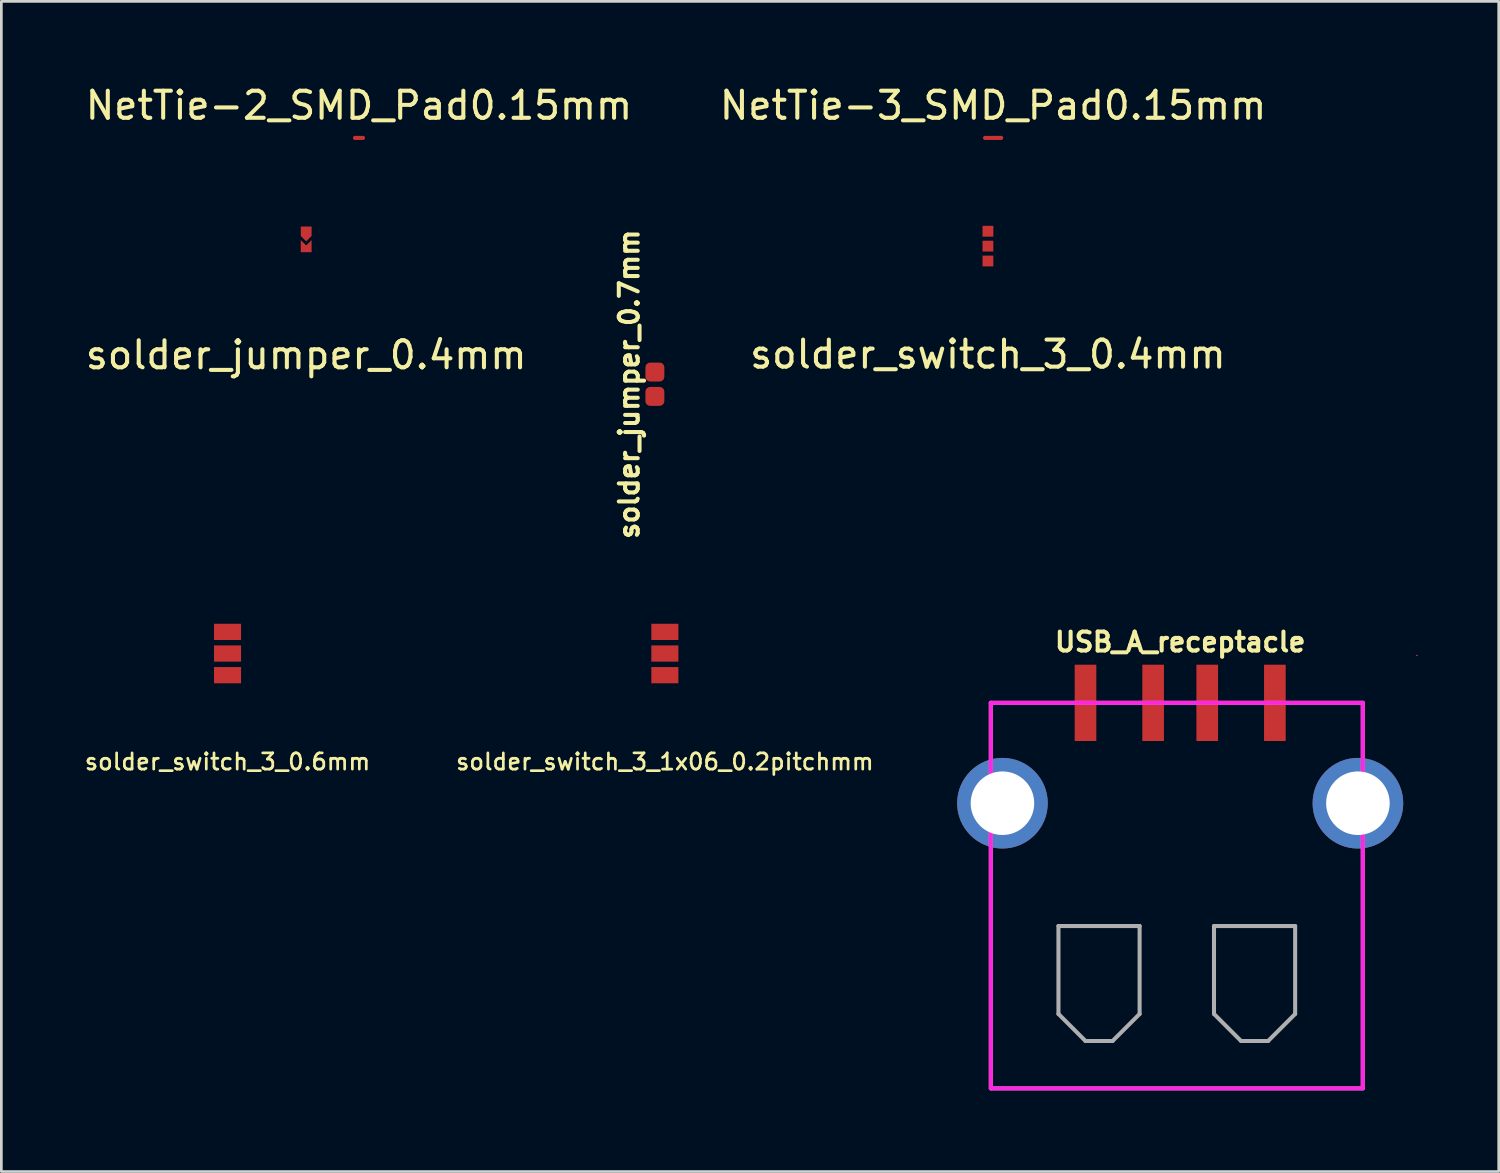
<source format=kicad_pcb>
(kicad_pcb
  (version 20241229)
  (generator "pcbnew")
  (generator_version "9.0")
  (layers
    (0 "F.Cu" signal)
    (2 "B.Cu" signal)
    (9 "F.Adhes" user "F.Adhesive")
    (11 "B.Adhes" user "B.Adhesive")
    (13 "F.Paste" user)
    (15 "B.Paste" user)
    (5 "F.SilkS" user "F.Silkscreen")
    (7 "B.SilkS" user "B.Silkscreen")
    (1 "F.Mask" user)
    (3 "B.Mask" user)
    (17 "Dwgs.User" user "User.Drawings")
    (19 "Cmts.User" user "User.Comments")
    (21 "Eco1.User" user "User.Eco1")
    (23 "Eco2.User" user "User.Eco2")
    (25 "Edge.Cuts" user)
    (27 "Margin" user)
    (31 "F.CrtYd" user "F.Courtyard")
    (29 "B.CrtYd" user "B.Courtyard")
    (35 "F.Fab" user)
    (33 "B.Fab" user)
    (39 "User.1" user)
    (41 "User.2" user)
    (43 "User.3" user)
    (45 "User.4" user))
  (footprint "USB_A_receptacle"
    (layer "F.Cu")
    (at 40.576 22.931)
    (property "Reference" "USB_A_receptacle" (at 0 -2.25 0) (layer "F.SilkS") (effects (font (size 0.7 0.7) (thickness 0.15))))
    (attr through_hole)
    (fp_line (start -7 0) (end -7 14.2) (stroke (width 0.15) (type solid)) (layer "F.CrtYd"))
    (fp_line (start -7 0) (end 6.75 0) (stroke (width 0.15) (type solid)) (layer "F.CrtYd"))
    (fp_line (start 6.75 0) (end 6.75 14.2) (stroke (width 0.15) (type solid)) (layer "F.CrtYd"))
    (fp_line (start 6.75 14.25) (end -7 14.25) (stroke (width 0.15) (type solid)) (layer "F.CrtYd"))
    (fp_line (start 8.75 -1.75) (end 8.75 -1.75) (stroke (width 0.05) (type solid)) (layer "F.CrtYd"))
    (fp_line (start -7 0) (end 6.75 0) (stroke (width 0.15) (type solid)) (layer "F.Fab"))
    (fp_line (start -7 14.25) (end -7 0) (stroke (width 0.15) (type solid)) (layer "F.Fab"))
    (fp_line (start -4.5 8.25) (end -4.5 11.5) (stroke (width 0.15) (type solid)) (layer "F.Fab"))
    (fp_line (start -4.5 11.5) (end -3.5 12.5) (stroke (width 0.15) (type solid)) (layer "F.Fab"))
    (fp_line (start -3.5 12.5) (end -2.5 12.5) (stroke (width 0.15) (type solid)) (layer "F.Fab"))
    (fp_line (start -2.5 12.5) (end -1.5 11.5) (stroke (width 0.15) (type solid)) (layer "F.Fab"))
    (fp_line (start -1.5 8.25) (end -4.5 8.25) (stroke (width 0.15) (type solid)) (layer "F.Fab"))
    (fp_line (start -1.5 11.5) (end -1.5 8.25) (stroke (width 0.15) (type solid)) (layer "F.Fab"))
    (fp_line (start 1.25 8.25) (end 1.25 11.5) (stroke (width 0.15) (type solid)) (layer "F.Fab"))
    (fp_line (start 1.25 11.5) (end 2.25 12.5) (stroke (width 0.15) (type solid)) (layer "F.Fab"))
    (fp_line (start 2.25 12.5) (end 3.25 12.5) (stroke (width 0.15) (type solid)) (layer "F.Fab"))
    (fp_line (start 3.25 12.5) (end 4.25 11.5) (stroke (width 0.15) (type solid)) (layer "F.Fab"))
    (fp_line (start 4.25 8.25) (end 1.25 8.25) (stroke (width 0.15) (type solid)) (layer "F.Fab"))
    (fp_line (start 4.25 11.5) (end 4.25 8.25) (stroke (width 0.15) (type solid)) (layer "F.Fab"))
    (fp_line (start 6.75 0) (end 6.75 14.25) (stroke (width 0.15) (type solid)) (layer "F.Fab"))
    (fp_line (start 6.75 14.25) (end -7 14.25) (stroke (width 0.15) (type solid)) (layer "F.Fab"))
    (pad "1" smd rect (at -3.5 0) (size 0.8 2.82) (layers "F.Cu" "F.Mask" "F.Paste"))
    (pad "2" smd rect (at -1 0) (size 0.8 2.82) (layers "F.Cu" "F.Mask" "F.Paste"))
    (pad "3" smd rect (at 1 0) (size 0.8 2.82) (layers "F.Cu" "F.Mask" "F.Paste"))
    (pad "4" smd rect (at 3.5 0) (size 0.8 2.82) (layers "F.Cu" "F.Mask" "F.Paste"))
    (pad "5" thru_hole circle (at -6.57 3.71) (size 3.35 3.35) (drill 2.35) (layers "*.Cu" "*.Mask"))
    (pad "5" thru_hole circle (at 6.57 3.71) (size 3.35 3.35) (drill 2.35) (layers "*.Cu" "*.Mask")))
  (footprint "solder_jumper_0.7mm"
    (layer "F.Cu")
    (at 21.158 11.153)
    (property "Reference" "solder_jumper_0.7mm" (at -0.95 0 90) (layer "F.SilkS") (effects (font (size 0.7 0.7) (thickness 0.15))))
    (attr exclude_from_pos_files exclude_from_bom)
    (pad "" smd rect (at 0 0) (size 0.8 1) (layers "F.Mask"))
    (pad "1" smd roundrect (at 0 -0.45) (size 0.7 0.7) (layers "F.Cu" "F.Mask" "F.Paste") (roundrect_rratio 0.25))
    (pad "2" smd roundrect (at 0 0.45) (size 0.7 0.7) (layers "F.Cu" "F.Mask" "F.Paste") (roundrect_rratio 0.25)))
  (footprint "solder_switch_3_0.4mm"
    (layer "F.Cu")
    (at 33.469 6.048)
    (property "Reference" "solder_switch_3_0.4mm" (at 0 4 0) (layer "F.SilkS") (effects (font (size 1 1) (thickness 0.15))))
    (attr through_hole)
    (pad "" smd rect (at 0 0) (size 0.4 1) (layers "F.Mask"))
    (pad "1" smd rect (at 0 -0.55) (size 0.4 0.4) (layers "F.Cu" "F.Mask" "F.Paste"))
    (pad "2" smd rect (at 0 0) (size 0.4 0.4) (layers "F.Cu" "F.Mask" "F.Paste"))
    (pad "3" smd rect (at 0 0.55) (size 0.4 0.4) (layers "F.Cu" "F.Mask" "F.Paste")))
  (footprint "NetTie-3_SMD_Pad0.15mm"
    (layer "F.Cu")
    (at 33.661 2.048)
    (property "Reference" "NetTie-3_SMD_Pad0.15mm" (at 0 -1.2 0) (layer "F.SilkS") (effects (font (size 1 1) (thickness 0.15))))
    (attr exclude_from_pos_files exclude_from_bom allow_missing_courtyard)
    (fp_poly (pts (xy -0.3 -0.075) (xy 0.3 -0.075) (xy 0.3 0.075) (xy -0.3 0.075)) (stroke (width 0) (type solid)) (fill yes) (layer "F.Cu"))
    (pad "1" smd circle (at -0.3 0) (size 0.15 0.15) (layers "F.Cu"))
    (pad "2" smd circle (at 0 0) (size 0.15 0.15) (layers "F.Cu"))
    (pad "3" smd circle (at 0.3 0) (size 0.15 0.15) (layers "F.Cu")))
  (footprint "NetTie-2_SMD_Pad0.15mm"
    (layer "F.Cu")
    (at 10.22 2.048)
    (property "Reference" "NetTie-2_SMD_Pad0.15mm" (at 0 -1.2 0) (layer "F.SilkS") (effects (font (size 1 1) (thickness 0.15))))
    (attr exclude_from_pos_files exclude_from_bom allow_missing_courtyard)
    (fp_poly (pts (xy -0.15 -0.075) (xy 0.15 -0.075) (xy 0.15 0.075) (xy -0.15 0.075)) (stroke (width 0) (type solid)) (fill yes) (layer "F.Cu"))
    (pad "1" smd circle (at -0.15 0) (size 0.15 0.15) (layers "F.Cu"))
    (pad "2" smd circle (at 0.15 0) (size 0.15 0.15) (layers "F.Cu")))
  (footprint "solder_switch_3_0.6mm"
    (layer "F.Cu")
    (at 5.361 21.108)
    (property "Reference" "solder_switch_3_0.6mm" (at 0 4 0) (layer "F.SilkS") (effects (font (size 0.6 0.6) (thickness 0.1))))
    (attr through_hole)
    (pad "" smd rect (at 0 0) (size 1 1) (layers "F.Mask"))
    (pad "1" smd rect (at 0 -0.8) (size 1 0.6) (layers "F.Cu" "F.Mask" "F.Paste"))
    (pad "2" smd rect (at 0 0) (size 1 0.6) (layers "F.Cu" "F.Mask" "F.Paste"))
    (pad "3" smd rect (at 0 0.8) (size 1 0.6) (layers "F.Cu" "F.Mask" "F.Paste")))
  (footprint "solder_jumper_0.4mm"
    (layer "F.Cu")
    (at 8.268 6.073)
    (property "Reference" "solder_jumper_0.4mm" (at 0 4 0) (layer "F.SilkS") (effects (font (size 1 1) (thickness 0.15))))
    (attr exclude_from_pos_files exclude_from_bom allow_missing_courtyard)
    (pad "" smd rect (at 0 -0.275) (size 0.45 1) (layers "F.Mask"))
    (pad "1" smd custom (at 0 -0.575) (size 0.4 0.35) (layers "F.Cu") (options (anchor rect)) (primitives (gr_poly (pts (xy -0.2 -0.174) (xy -0.2 0.175) (xy 0 0.375) (xy 0.2 0.175) (xy 0.2 -0.174)) (width 0) (fill yes))))
    (pad "2" smd custom (at 0 0.075) (size 0.4 0.25) (layers "F.Cu") (options (anchor rect)) (primitives (gr_poly (pts (xy -0.2 0.125) (xy 0.2 0.125) (xy 0.2 -0.325) (xy 0 -0.125) (xy -0.2 -0.325)) (width 0) (fill yes)))))
  (footprint "solder_switch_3_1x06_0.2pitchmm"
    (layer "F.Cu")
    (at 21.527 21.108)
    (property "Reference" "solder_switch_3_1x06_0.2pitchmm" (at 0 4 0) (layer "F.SilkS") (effects (font (size 0.6 0.6) (thickness 0.1))))
    (attr through_hole)
    (pad "" smd rect (at 0 0) (size 1 1) (layers "F.Mask"))
    (pad "1" smd rect (at 0 -0.8) (size 1 0.6) (layers "F.Cu" "F.Mask" "F.Paste"))
    (pad "2" smd rect (at 0 0) (size 1 0.6) (layers "F.Cu" "F.Mask" "F.Paste"))
    (pad "3" smd rect (at 0 0.8) (size 1 0.6) (layers "F.Cu" "F.Mask" "F.Paste")))
  (gr_rect
    (start -3 -3)
    (end 52.351 40.256)
    (stroke (width 0.1) (type default))
    (fill no)
    (layer "Edge.Cuts")))
</source>
